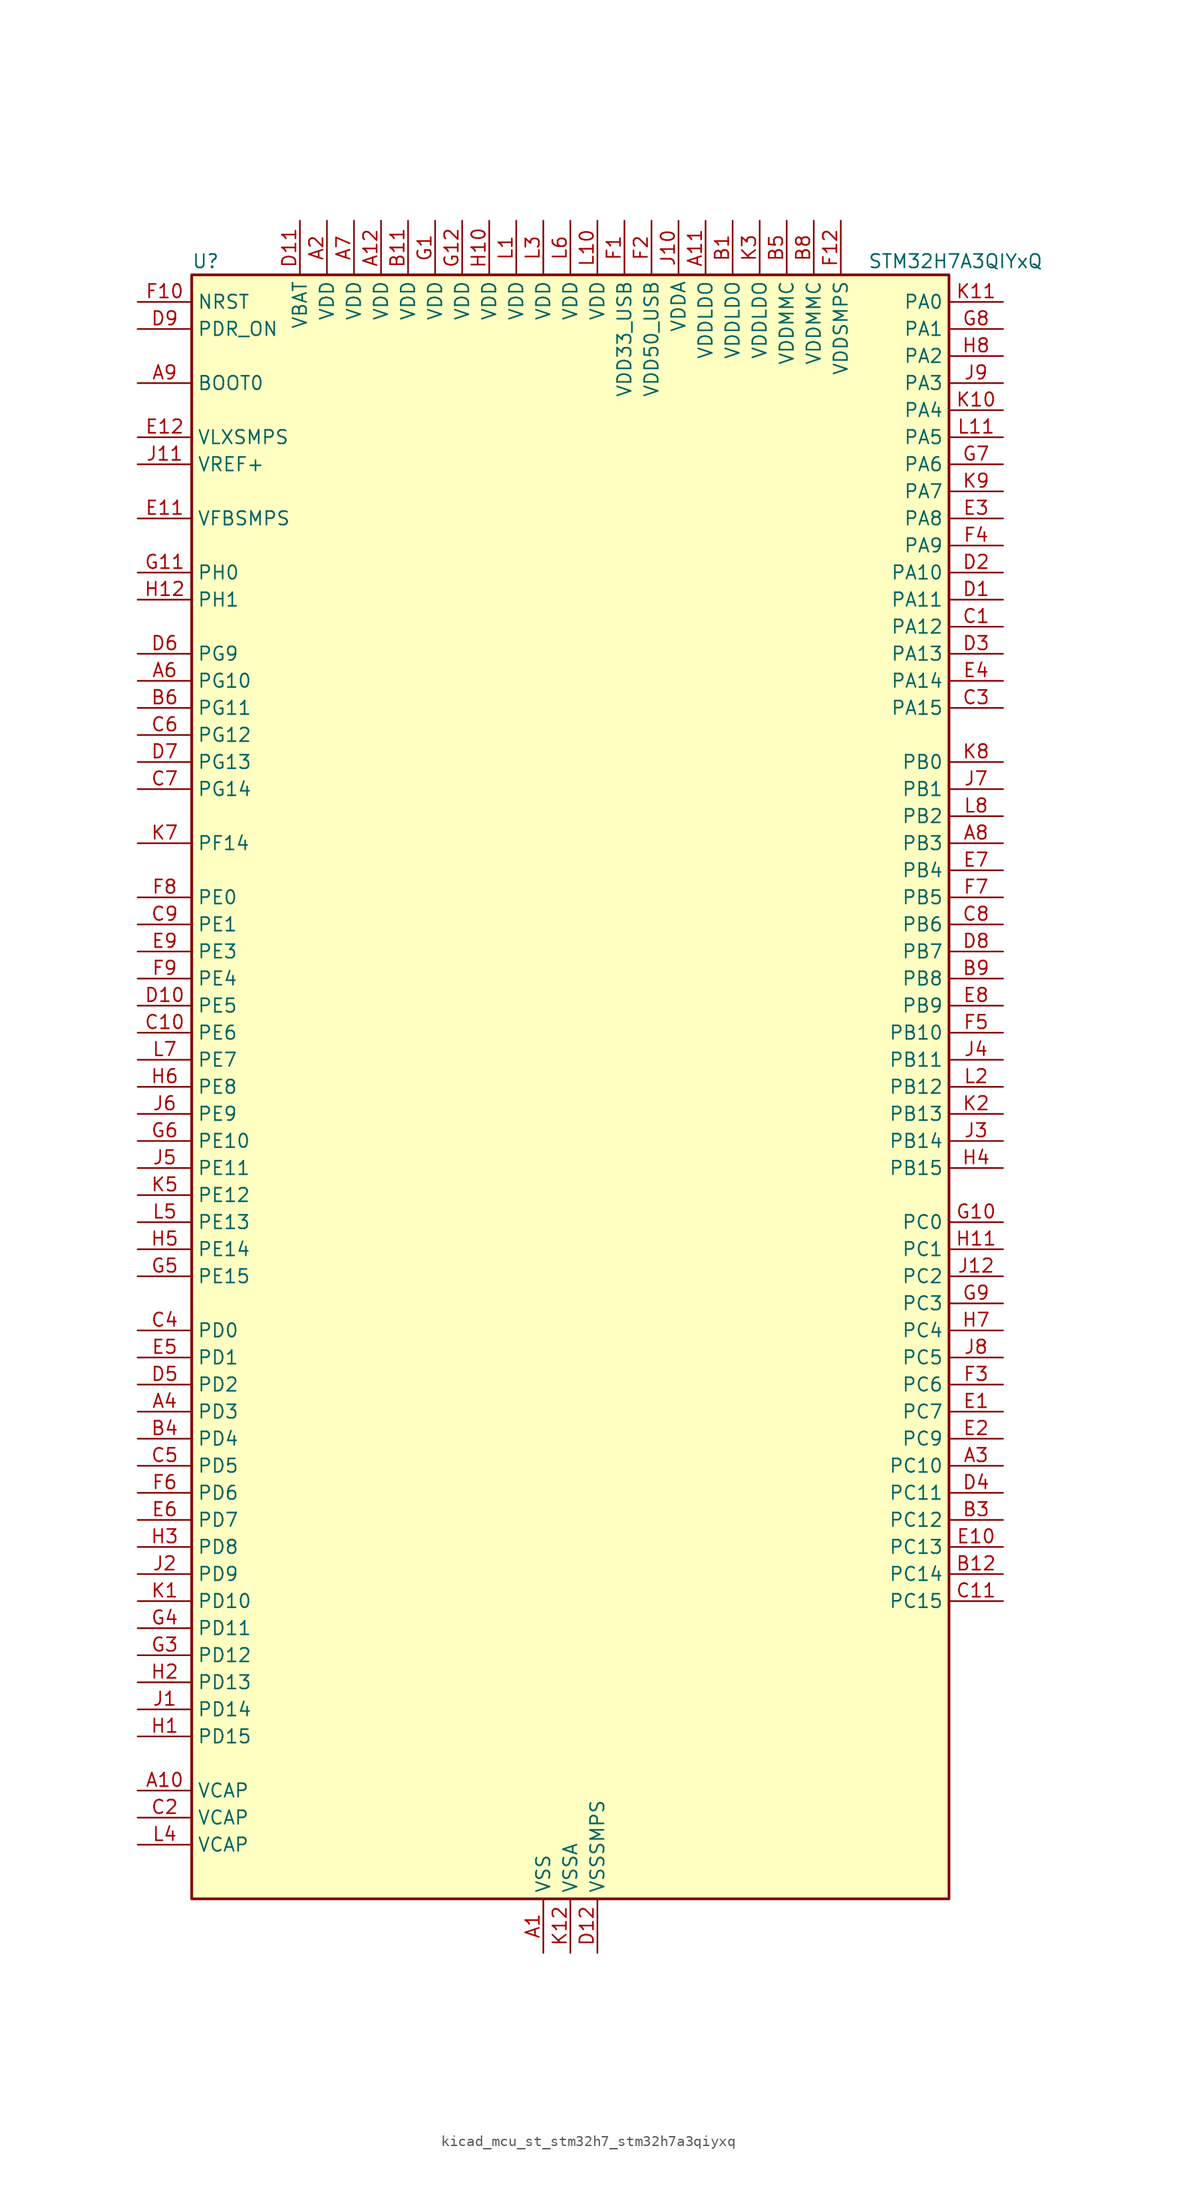
<source format=kicad_sym>
(kicad_symbol_lib
  (version 20220914)
  (generator kicad_symbol_editor)
  (symbol "kicad_mcu_st_stm32h7_stm32h7a3qiyxq"
    (property "Reference" "U"
      (at -35.56 77.47 0)
      (effects (font (size 1.27 1.27)) (justify left)))
    (property "Value" "STM32H7A3QIYxQ"
      (at 27.94 77.47 0)
      (effects (font (size 1.27 1.27)) (justify left)))
    (property "ki_locked" ""
      (at 0 0 0)
      (effects (font (size 1.27 1.27))))
    (symbol "kicad_mcu_st_stm32h7_stm32h7a3qiyxq_0_1"
      (rectangle (start -35.56 -76.2) (end 35.56 76.2) (stroke (width 0.254) (type default)) (fill (type background))))
    (symbol "kicad_mcu_st_stm32h7_stm32h7a3qiyxq_1_1"
      (pin power_in line (at -2.54 -81.28 90) (length 5.08) (name "VSS" (effects (font (size 1.27 1.27)))) (number "A1" (effects (font (size 1.27 1.27)))))
      (pin power_out line (at -40.64 -66.04 0) (length 5.08) (name "VCAP" (effects (font (size 1.27 1.27)))) (number "A10" (effects (font (size 1.27 1.27)))))
      (pin power_in line (at 12.7 81.28 270) (length 5.08) (name "VDDLDO" (effects (font (size 1.27 1.27)))) (number "A11" (effects (font (size 1.27 1.27)))))
      (pin power_in line (at -17.78 81.28 270) (length 5.08) (name "VDD" (effects (font (size 1.27 1.27)))) (number "A12" (effects (font (size 1.27 1.27)))))
      (pin power_in line (at -22.86 81.28 270) (length 5.08) (name "VDD" (effects (font (size 1.27 1.27)))) (number "A2" (effects (font (size 1.27 1.27)))))
      (pin bidirectional line (at 40.64 -35.56 180) (length 5.08) (name "PC10" (effects (font (size 1.27 1.27)))) (number "A3" (effects (font (size 1.27 1.27)))) (alternate "DCMI_D8" bidirectional line) (alternate "DFSDM1_CKIN5" bidirectional line) (alternate "DFSDM2_CKIN0" bidirectional line) (alternate "I2S3_CK" bidirectional line) (alternate "LTDC_B1" bidirectional line) (alternate "LTDC_R2" bidirectional line) (alternate "OCTOSPIM_P1_IO1" bidirectional line) (alternate "PSSI_D8" bidirectional line) (alternate "SDMMC1_D2" bidirectional line) (alternate "SPI3_SCK" bidirectional line) (alternate "SWPMI1_RX" bidirectional line) (alternate "UART4_TX" bidirectional line) (alternate "USART3_TX" bidirectional line))
      (pin bidirectional line (at -40.64 -30.48 0) (length 5.08) (name "PD3" (effects (font (size 1.27 1.27)))) (number "A4" (effects (font (size 1.27 1.27)))) (alternate "DCMI_D5" bidirectional line) (alternate "DFSDM1_CKOUT" bidirectional line) (alternate "FMC_CLK" bidirectional line) (alternate "I2S2_CK" bidirectional line) (alternate "LTDC_G7" bidirectional line) (alternate "PSSI_D5" bidirectional line) (alternate "SPI2_SCK" bidirectional line) (alternate "USART2_CTS" bidirectional line) (alternate "USART2_NSS" bidirectional line))
      (pin passive line (at -2.54 -81.28 90) (length 5.08) hide (name "VSS" (effects (font (size 1.27 1.27)))) (number "A5" (effects (font (size 1.27 1.27)))))
      (pin bidirectional line (at -40.64 38.1 0) (length 5.08) (name "PG10" (effects (font (size 1.27 1.27)))) (number "A6" (effects (font (size 1.27 1.27)))) (alternate "DCMI_D2" bidirectional line) (alternate "FMC_NE3" bidirectional line) (alternate "I2S1_WS" bidirectional line) (alternate "LTDC_B2" bidirectional line) (alternate "LTDC_G3" bidirectional line) (alternate "OCTOSPIM_P2_IO6" bidirectional line) (alternate "PSSI_D2" bidirectional line) (alternate "SAI2_SD_B" bidirectional line) (alternate "SDMMC2_D1" bidirectional line) (alternate "SPI1_NSS" bidirectional line))
      (pin power_in line (at -20.32 81.28 270) (length 5.08) (name "VDD" (effects (font (size 1.27 1.27)))) (number "A7" (effects (font (size 1.27 1.27)))))
      (pin bidirectional line (at 40.64 22.86 180) (length 5.08) (name "PB3" (effects (font (size 1.27 1.27)))) (number "A8" (effects (font (size 1.27 1.27)))) (alternate "CRS_SYNC" bidirectional line) (alternate "DEBUG_JTDO-SWO" bidirectional line) (alternate "I2S1_CK" bidirectional line) (alternate "I2S3_CK" bidirectional line) (alternate "I2S6_CK" bidirectional line) (alternate "SDMMC2_D2" bidirectional line) (alternate "SPI1_SCK" bidirectional line) (alternate "SPI3_SCK" bidirectional line) (alternate "SPI6_SCK" bidirectional line) (alternate "TIM2_CH2" bidirectional line) (alternate "UART7_RX" bidirectional line))
      (pin input line (at -40.64 66.04 0) (length 5.08) (name "BOOT0" (effects (font (size 1.27 1.27)))) (number "A9" (effects (font (size 1.27 1.27)))))
      (pin power_in line (at 15.24 81.28 270) (length 5.08) (name "VDDLDO" (effects (font (size 1.27 1.27)))) (number "B1" (effects (font (size 1.27 1.27)))))
      (pin passive line (at -2.54 -81.28 90) (length 5.08) hide (name "VSS" (effects (font (size 1.27 1.27)))) (number "B10" (effects (font (size 1.27 1.27)))))
      (pin power_in line (at -15.24 81.28 270) (length 5.08) (name "VDD" (effects (font (size 1.27 1.27)))) (number "B11" (effects (font (size 1.27 1.27)))))
      (pin bidirectional line (at 40.64 -45.72 180) (length 5.08) (name "PC14" (effects (font (size 1.27 1.27)))) (number "B12" (effects (font (size 1.27 1.27)))) (alternate "RCC_OSC32_IN" bidirectional line))
      (pin passive line (at -2.54 -81.28 90) (length 5.08) hide (name "VSS" (effects (font (size 1.27 1.27)))) (number "B2" (effects (font (size 1.27 1.27)))))
      (pin bidirectional line (at 40.64 -40.64 180) (length 5.08) (name "PC12" (effects (font (size 1.27 1.27)))) (number "B3" (effects (font (size 1.27 1.27)))) (alternate "DCMI_D9" bidirectional line) (alternate "DEBUG_TRACED3" bidirectional line) (alternate "DFSDM2_CKOUT" bidirectional line) (alternate "I2S3_SDO" bidirectional line) (alternate "I2S6_CK" bidirectional line) (alternate "LTDC_R6" bidirectional line) (alternate "PSSI_D9" bidirectional line) (alternate "SDMMC1_CK" bidirectional line) (alternate "SPI3_MOSI" bidirectional line) (alternate "SPI6_SCK" bidirectional line) (alternate "TIM15_CH1" bidirectional line) (alternate "UART5_TX" bidirectional line) (alternate "USART3_CK" bidirectional line))
      (pin bidirectional line (at -40.64 -33.02 0) (length 5.08) (name "PD4" (effects (font (size 1.27 1.27)))) (number "B4" (effects (font (size 1.27 1.27)))) (alternate "FMC_NOE" bidirectional line) (alternate "OCTOSPIM_P1_IO4" bidirectional line) (alternate "USART2_DE" bidirectional line) (alternate "USART2_RTS" bidirectional line))
      (pin power_in line (at 20.32 81.28 270) (length 5.08) (name "VDDMMC" (effects (font (size 1.27 1.27)))) (number "B5" (effects (font (size 1.27 1.27)))))
      (pin bidirectional line (at -40.64 35.56 0) (length 5.08) (name "PG11" (effects (font (size 1.27 1.27)))) (number "B6" (effects (font (size 1.27 1.27)))) (alternate "ADC1_EXTI11" bidirectional line) (alternate "ADC2_EXTI11" bidirectional line) (alternate "DCMI_D3" bidirectional line) (alternate "I2S1_CK" bidirectional line) (alternate "LPTIM1_IN2" bidirectional line) (alternate "LTDC_B3" bidirectional line) (alternate "OCTOSPIM_P2_IO7" bidirectional line) (alternate "PSSI_D3" bidirectional line) (alternate "SDMMC2_D2" bidirectional line) (alternate "SPDIFRX_IN0" bidirectional line) (alternate "SPI1_SCK" bidirectional line) (alternate "USART10_RX" bidirectional line))
      (pin passive line (at -2.54 -81.28 90) (length 5.08) hide (name "VSS" (effects (font (size 1.27 1.27)))) (number "B7" (effects (font (size 1.27 1.27)))))
      (pin power_in line (at 22.86 81.28 270) (length 5.08) (name "VDDMMC" (effects (font (size 1.27 1.27)))) (number "B8" (effects (font (size 1.27 1.27)))))
      (pin bidirectional line (at 40.64 10.16 180) (length 5.08) (name "PB8" (effects (font (size 1.27 1.27)))) (number "B9" (effects (font (size 1.27 1.27)))) (alternate "DCMI_D6" bidirectional line) (alternate "DFSDM1_CKIN7" bidirectional line) (alternate "FDCAN1_RX" bidirectional line) (alternate "I2C1_SCL" bidirectional line) (alternate "I2C4_SCL" bidirectional line) (alternate "LTDC_B6" bidirectional line) (alternate "PSSI_D6" bidirectional line) (alternate "SDMMC1_CKIN" bidirectional line) (alternate "SDMMC1_D4" bidirectional line) (alternate "SDMMC2_D4" bidirectional line) (alternate "TIM16_CH1" bidirectional line) (alternate "TIM4_CH3" bidirectional line) (alternate "UART4_RX" bidirectional line))
      (pin bidirectional line (at 40.64 43.18 180) (length 5.08) (name "PA12" (effects (font (size 1.27 1.27)))) (number "C1" (effects (font (size 1.27 1.27)))) (alternate "FDCAN1_TX" bidirectional line) (alternate "I2S2_CK" bidirectional line) (alternate "LPUART1_DE" bidirectional line) (alternate "LPUART1_RTS" bidirectional line) (alternate "LTDC_R5" bidirectional line) (alternate "SAI2_FS_B" bidirectional line) (alternate "SPI2_SCK" bidirectional line) (alternate "TIM1_ETR" bidirectional line) (alternate "UART4_TX" bidirectional line) (alternate "USART1_DE" bidirectional line) (alternate "USART1_RTS" bidirectional line) (alternate "USB_OTG_HS_DP" bidirectional line))
      (pin bidirectional line (at -40.64 5.08 0) (length 5.08) (name "PE6" (effects (font (size 1.27 1.27)))) (number "C10" (effects (font (size 1.27 1.27)))) (alternate "DCMI_D7" bidirectional line) (alternate "DEBUG_TRACED3" bidirectional line) (alternate "FMC_A22" bidirectional line) (alternate "LTDC_G1" bidirectional line) (alternate "PSSI_D7" bidirectional line) (alternate "SAI1_D1" bidirectional line) (alternate "SAI1_SD_A" bidirectional line) (alternate "SAI2_MCLK_B" bidirectional line) (alternate "SPI4_MOSI" bidirectional line) (alternate "TIM15_CH2" bidirectional line) (alternate "TIM1_BKIN2" bidirectional line) (alternate "TIM1_BKIN2_COMP1" bidirectional line) (alternate "TIM1_BKIN2_COMP2" bidirectional line))
      (pin bidirectional line (at 40.64 -48.26 180) (length 5.08) (name "PC15" (effects (font (size 1.27 1.27)))) (number "C11" (effects (font (size 1.27 1.27)))) (alternate "ADC1_EXTI15" bidirectional line) (alternate "ADC2_EXTI15" bidirectional line) (alternate "RCC_OSC32_OUT" bidirectional line))
      (pin passive line (at -2.54 -81.28 90) (length 5.08) hide (name "VSS" (effects (font (size 1.27 1.27)))) (number "C12" (effects (font (size 1.27 1.27)))))
      (pin power_out line (at -40.64 -68.58 0) (length 5.08) (name "VCAP" (effects (font (size 1.27 1.27)))) (number "C2" (effects (font (size 1.27 1.27)))))
      (pin bidirectional line (at 40.64 35.56 180) (length 5.08) (name "PA15" (effects (font (size 1.27 1.27)))) (number "C3" (effects (font (size 1.27 1.27)))) (alternate "ADC1_EXTI15" bidirectional line) (alternate "ADC2_EXTI15" bidirectional line) (alternate "CEC" bidirectional line) (alternate "DEBUG_JTDI" bidirectional line) (alternate "I2S1_WS" bidirectional line) (alternate "I2S3_WS" bidirectional line) (alternate "I2S6_WS" bidirectional line) (alternate "LTDC_B6" bidirectional line) (alternate "LTDC_R3" bidirectional line) (alternate "SPI1_NSS" bidirectional line) (alternate "SPI3_NSS" bidirectional line) (alternate "SPI6_NSS" bidirectional line) (alternate "TIM2_CH1" bidirectional line) (alternate "TIM2_ETR" bidirectional line) (alternate "UART4_DE" bidirectional line) (alternate "UART4_RTS" bidirectional line) (alternate "UART7_TX" bidirectional line))
      (pin bidirectional line (at -40.64 -22.86 0) (length 5.08) (name "PD0" (effects (font (size 1.27 1.27)))) (number "C4" (effects (font (size 1.27 1.27)))) (alternate "DFSDM1_CKIN6" bidirectional line) (alternate "FDCAN1_RX" bidirectional line) (alternate "FMC_D2" bidirectional line) (alternate "FMC_DA2" bidirectional line) (alternate "LTDC_B1" bidirectional line) (alternate "UART4_RX" bidirectional line) (alternate "UART9_CTS" bidirectional line))
      (pin bidirectional line (at -40.64 -35.56 0) (length 5.08) (name "PD5" (effects (font (size 1.27 1.27)))) (number "C5" (effects (font (size 1.27 1.27)))) (alternate "FMC_NWE" bidirectional line) (alternate "OCTOSPIM_P1_IO5" bidirectional line) (alternate "USART2_TX" bidirectional line))
      (pin bidirectional line (at -40.64 33.02 0) (length 5.08) (name "PG12" (effects (font (size 1.27 1.27)))) (number "C6" (effects (font (size 1.27 1.27)))) (alternate "FMC_NE4" bidirectional line) (alternate "I2S6_SDI" bidirectional line) (alternate "LPTIM1_IN1" bidirectional line) (alternate "LTDC_B1" bidirectional line) (alternate "LTDC_B4" bidirectional line) (alternate "OCTOSPIM_P2_NCS" bidirectional line) (alternate "SDMMC2_D3" bidirectional line) (alternate "SPDIFRX_IN1" bidirectional line) (alternate "SPI6_MISO" bidirectional line) (alternate "USART10_TX" bidirectional line) (alternate "USART6_DE" bidirectional line) (alternate "USART6_RTS" bidirectional line))
      (pin bidirectional line (at -40.64 27.94 0) (length 5.08) (name "PG14" (effects (font (size 1.27 1.27)))) (number "C7" (effects (font (size 1.27 1.27)))) (alternate "DEBUG_TRACED1" bidirectional line) (alternate "FMC_A25" bidirectional line) (alternate "I2S6_SDO" bidirectional line) (alternate "LPTIM1_ETR" bidirectional line) (alternate "LTDC_B0" bidirectional line) (alternate "OCTOSPIM_P1_IO7" bidirectional line) (alternate "SDMMC2_D7" bidirectional line) (alternate "SPI6_MOSI" bidirectional line) (alternate "USART10_DE" bidirectional line) (alternate "USART10_RTS" bidirectional line) (alternate "USART6_TX" bidirectional line))
      (pin bidirectional line (at 40.64 15.24 180) (length 5.08) (name "PB6" (effects (font (size 1.27 1.27)))) (number "C8" (effects (font (size 1.27 1.27)))) (alternate "CEC" bidirectional line) (alternate "DCMI_D5" bidirectional line) (alternate "DFSDM1_DATIN5" bidirectional line) (alternate "FDCAN2_TX" bidirectional line) (alternate "FMC_SDNE1" bidirectional line) (alternate "I2C1_SCL" bidirectional line) (alternate "I2C4_SCL" bidirectional line) (alternate "LPUART1_TX" bidirectional line) (alternate "OCTOSPIM_P1_NCS" bidirectional line) (alternate "PSSI_D5" bidirectional line) (alternate "TIM16_CH1N" bidirectional line) (alternate "TIM4_CH1" bidirectional line) (alternate "UART5_TX" bidirectional line) (alternate "USART1_TX" bidirectional line))
      (pin bidirectional line (at -40.64 15.24 0) (length 5.08) (name "PE1" (effects (font (size 1.27 1.27)))) (number "C9" (effects (font (size 1.27 1.27)))) (alternate "DCMI_D3" bidirectional line) (alternate "FMC_NBL1" bidirectional line) (alternate "LPTIM1_IN2" bidirectional line) (alternate "LTDC_R6" bidirectional line) (alternate "PSSI_D3" bidirectional line) (alternate "UART8_TX" bidirectional line))
      (pin bidirectional line (at 40.64 45.72 180) (length 5.08) (name "PA11" (effects (font (size 1.27 1.27)))) (number "D1" (effects (font (size 1.27 1.27)))) (alternate "ADC1_EXTI11" bidirectional line) (alternate "ADC2_EXTI11" bidirectional line) (alternate "FDCAN1_RX" bidirectional line) (alternate "I2S2_WS" bidirectional line) (alternate "LPUART1_CTS" bidirectional line) (alternate "LTDC_R4" bidirectional line) (alternate "SPI2_NSS" bidirectional line) (alternate "TIM1_CH4" bidirectional line) (alternate "UART4_RX" bidirectional line) (alternate "USART1_CTS" bidirectional line) (alternate "USART1_NSS" bidirectional line) (alternate "USB_OTG_HS_DM" bidirectional line))
      (pin bidirectional line (at -40.64 7.62 0) (length 5.08) (name "PE5" (effects (font (size 1.27 1.27)))) (number "D10" (effects (font (size 1.27 1.27)))) (alternate "DCMI_D6" bidirectional line) (alternate "DEBUG_TRACED2" bidirectional line) (alternate "DFSDM1_CKIN3" bidirectional line) (alternate "FMC_A21" bidirectional line) (alternate "LTDC_G0" bidirectional line) (alternate "PSSI_D6" bidirectional line) (alternate "SAI1_CK2" bidirectional line) (alternate "SAI1_SCK_A" bidirectional line) (alternate "SPI4_MISO" bidirectional line) (alternate "TIM15_CH1" bidirectional line))
      (pin power_in line (at -25.4 81.28 270) (length 5.08) (name "VBAT" (effects (font (size 1.27 1.27)))) (number "D11" (effects (font (size 1.27 1.27)))))
      (pin power_in line (at 2.54 -81.28 90) (length 5.08) (name "VSSSMPS" (effects (font (size 1.27 1.27)))) (number "D12" (effects (font (size 1.27 1.27)))))
      (pin bidirectional line (at 40.64 48.26 180) (length 5.08) (name "PA10" (effects (font (size 1.27 1.27)))) (number "D2" (effects (font (size 1.27 1.27)))) (alternate "DCMI_D1" bidirectional line) (alternate "LPUART1_RX" bidirectional line) (alternate "LTDC_B1" bidirectional line) (alternate "LTDC_B4" bidirectional line) (alternate "MDIOS_MDIO" bidirectional line) (alternate "PSSI_D1" bidirectional line) (alternate "TIM1_CH3" bidirectional line) (alternate "USART1_RX" bidirectional line) (alternate "USB_OTG_HS_ID" bidirectional line))
      (pin bidirectional line (at 40.64 40.64 180) (length 5.08) (name "PA13" (effects (font (size 1.27 1.27)))) (number "D3" (effects (font (size 1.27 1.27)))) (alternate "DEBUG_JTMS-SWDIO" bidirectional line))
      (pin bidirectional line (at 40.64 -38.1 180) (length 5.08) (name "PC11" (effects (font (size 1.27 1.27)))) (number "D4" (effects (font (size 1.27 1.27)))) (alternate "ADC1_EXTI11" bidirectional line) (alternate "ADC2_EXTI11" bidirectional line) (alternate "DCMI_D4" bidirectional line) (alternate "DFSDM1_DATIN5" bidirectional line) (alternate "DFSDM2_DATIN0" bidirectional line) (alternate "I2S3_SDI" bidirectional line) (alternate "LTDC_B4" bidirectional line) (alternate "OCTOSPIM_P1_NCS" bidirectional line) (alternate "PSSI_D4" bidirectional line) (alternate "SDMMC1_D3" bidirectional line) (alternate "SPI3_MISO" bidirectional line) (alternate "UART4_RX" bidirectional line) (alternate "USART3_RX" bidirectional line))
      (pin bidirectional line (at -40.64 -27.94 0) (length 5.08) (name "PD2" (effects (font (size 1.27 1.27)))) (number "D5" (effects (font (size 1.27 1.27)))) (alternate "DCMI_D11" bidirectional line) (alternate "DEBUG_TRACED2" bidirectional line) (alternate "LTDC_B2" bidirectional line) (alternate "LTDC_B7" bidirectional line) (alternate "PSSI_D11" bidirectional line) (alternate "SDMMC1_CMD" bidirectional line) (alternate "TIM15_BKIN" bidirectional line) (alternate "TIM3_ETR" bidirectional line) (alternate "UART5_RX" bidirectional line))
      (pin bidirectional line (at -40.64 40.64 0) (length 5.08) (name "PG9" (effects (font (size 1.27 1.27)))) (number "D6" (effects (font (size 1.27 1.27)))) (alternate "DAC1_EXTI9" bidirectional line) (alternate "DCMI_VSYNC" bidirectional line) (alternate "FMC_NCE" bidirectional line) (alternate "FMC_NE2" bidirectional line) (alternate "I2S1_SDI" bidirectional line) (alternate "OCTOSPIM_P1_IO6" bidirectional line) (alternate "PSSI_RDY" bidirectional line) (alternate "SAI2_FS_B" bidirectional line) (alternate "SDMMC2_D0" bidirectional line) (alternate "SPDIFRX_IN3" bidirectional line) (alternate "SPI1_MISO" bidirectional line) (alternate "USART6_RX" bidirectional line))
      (pin bidirectional line (at -40.64 30.48 0) (length 5.08) (name "PG13" (effects (font (size 1.27 1.27)))) (number "D7" (effects (font (size 1.27 1.27)))) (alternate "DEBUG_TRACED0" bidirectional line) (alternate "FMC_A24" bidirectional line) (alternate "I2S6_CK" bidirectional line) (alternate "LPTIM1_OUT" bidirectional line) (alternate "LTDC_R0" bidirectional line) (alternate "SDMMC2_D6" bidirectional line) (alternate "SPI6_SCK" bidirectional line) (alternate "USART10_CTS" bidirectional line) (alternate "USART10_NSS" bidirectional line) (alternate "USART6_CTS" bidirectional line) (alternate "USART6_NSS" bidirectional line))
      (pin bidirectional line (at 40.64 12.7 180) (length 5.08) (name "PB7" (effects (font (size 1.27 1.27)))) (number "D8" (effects (font (size 1.27 1.27)))) (alternate "DCMI_VSYNC" bidirectional line) (alternate "DFSDM1_CKIN5" bidirectional line) (alternate "FMC_NL" bidirectional line) (alternate "I2C1_SDA" bidirectional line) (alternate "I2C4_SDA" bidirectional line) (alternate "LPUART1_RX" bidirectional line) (alternate "PSSI_RDY" bidirectional line) (alternate "PWR_PVD_IN" bidirectional line) (alternate "TIM17_CH1N" bidirectional line) (alternate "TIM4_CH2" bidirectional line) (alternate "USART1_RX" bidirectional line))
      (pin input line (at -40.64 71.12 0) (length 5.08) (name "PDR_ON" (effects (font (size 1.27 1.27)))) (number "D9" (effects (font (size 1.27 1.27)))))
      (pin bidirectional line (at 40.64 -30.48 180) (length 5.08) (name "PC7" (effects (font (size 1.27 1.27)))) (number "E1" (effects (font (size 1.27 1.27)))) (alternate "DCMI_D1" bidirectional line) (alternate "DEBUG_TRGIO" bidirectional line) (alternate "DFSDM1_DATIN3" bidirectional line) (alternate "FMC_NE1" bidirectional line) (alternate "I2S3_MCK" bidirectional line) (alternate "LTDC_G6" bidirectional line) (alternate "PSSI_D1" bidirectional line) (alternate "SDMMC1_D123DIR" bidirectional line) (alternate "SDMMC1_D7" bidirectional line) (alternate "SDMMC2_D7" bidirectional line) (alternate "SWPMI1_TX" bidirectional line) (alternate "TIM3_CH2" bidirectional line) (alternate "TIM8_CH2" bidirectional line) (alternate "USART6_RX" bidirectional line))
      (pin bidirectional line (at 40.64 -43.18 180) (length 5.08) (name "PC13" (effects (font (size 1.27 1.27)))) (number "E10" (effects (font (size 1.27 1.27)))) (alternate "PWR_WKUP4" bidirectional line) (alternate "RTC_OUT_ALARM" bidirectional line) (alternate "RTC_OUT_CALIB" bidirectional line) (alternate "RTC_TAMP1" bidirectional line) (alternate "RTC_TS" bidirectional line))
      (pin input line (at -40.64 53.34 0) (length 5.08) (name "VFBSMPS" (effects (font (size 1.27 1.27)))) (number "E11" (effects (font (size 1.27 1.27)))))
      (pin power_in line (at -40.64 60.96 0) (length 5.08) (name "VLXSMPS" (effects (font (size 1.27 1.27)))) (number "E12" (effects (font (size 1.27 1.27)))))
      (pin bidirectional line (at 40.64 -33.02 180) (length 5.08) (name "PC9" (effects (font (size 1.27 1.27)))) (number "E2" (effects (font (size 1.27 1.27)))) (alternate "DAC1_EXTI9" bidirectional line) (alternate "DCMI_D3" bidirectional line) (alternate "I2C3_SDA" bidirectional line) (alternate "I2S_CKIN" bidirectional line) (alternate "LTDC_B2" bidirectional line) (alternate "LTDC_G3" bidirectional line) (alternate "OCTOSPIM_P1_IO0" bidirectional line) (alternate "PSSI_D3" bidirectional line) (alternate "RCC_MCO_2" bidirectional line) (alternate "SDMMC1_D1" bidirectional line) (alternate "SWPMI1_SUSPEND" bidirectional line) (alternate "TIM3_CH4" bidirectional line) (alternate "TIM8_CH4" bidirectional line) (alternate "UART5_CTS" bidirectional line))
      (pin bidirectional line (at 40.64 53.34 180) (length 5.08) (name "PA8" (effects (font (size 1.27 1.27)))) (number "E3" (effects (font (size 1.27 1.27)))) (alternate "I2C3_SCL" bidirectional line) (alternate "LTDC_B3" bidirectional line) (alternate "LTDC_R6" bidirectional line) (alternate "RCC_MCO_1" bidirectional line) (alternate "TIM1_CH1" bidirectional line) (alternate "TIM8_BKIN2" bidirectional line) (alternate "TIM8_BKIN2_COMP1" bidirectional line) (alternate "TIM8_BKIN2_COMP2" bidirectional line) (alternate "UART7_RX" bidirectional line) (alternate "USART1_CK" bidirectional line) (alternate "USB_OTG_HS_SOF" bidirectional line))
      (pin bidirectional line (at 40.64 38.1 180) (length 5.08) (name "PA14" (effects (font (size 1.27 1.27)))) (number "E4" (effects (font (size 1.27 1.27)))) (alternate "DEBUG_JTCK-SWCLK" bidirectional line))
      (pin bidirectional line (at -40.64 -25.4 0) (length 5.08) (name "PD1" (effects (font (size 1.27 1.27)))) (number "E5" (effects (font (size 1.27 1.27)))) (alternate "DFSDM1_DATIN6" bidirectional line) (alternate "FDCAN1_TX" bidirectional line) (alternate "FMC_D3" bidirectional line) (alternate "FMC_DA3" bidirectional line) (alternate "UART4_TX" bidirectional line))
      (pin bidirectional line (at -40.64 -40.64 0) (length 5.08) (name "PD7" (effects (font (size 1.27 1.27)))) (number "E6" (effects (font (size 1.27 1.27)))) (alternate "DFSDM1_CKIN1" bidirectional line) (alternate "DFSDM1_DATIN4" bidirectional line) (alternate "FMC_NE1" bidirectional line) (alternate "I2S1_SDO" bidirectional line) (alternate "OCTOSPIM_P1_IO7" bidirectional line) (alternate "SDMMC2_CMD" bidirectional line) (alternate "SPDIFRX_IN0" bidirectional line) (alternate "SPI1_MOSI" bidirectional line) (alternate "USART2_CK" bidirectional line))
      (pin bidirectional line (at 40.64 20.32 180) (length 5.08) (name "PB4" (effects (font (size 1.27 1.27)))) (number "E7" (effects (font (size 1.27 1.27)))) (alternate "DEBUG_JTRST" bidirectional line) (alternate "I2S1_SDI" bidirectional line) (alternate "I2S2_WS" bidirectional line) (alternate "I2S3_SDI" bidirectional line) (alternate "I2S6_SDI" bidirectional line) (alternate "SDMMC2_D3" bidirectional line) (alternate "SPI1_MISO" bidirectional line) (alternate "SPI2_NSS" bidirectional line) (alternate "SPI3_MISO" bidirectional line) (alternate "SPI6_MISO" bidirectional line) (alternate "TIM16_BKIN" bidirectional line) (alternate "TIM3_CH1" bidirectional line) (alternate "UART7_TX" bidirectional line))
      (pin bidirectional line (at 40.64 7.62 180) (length 5.08) (name "PB9" (effects (font (size 1.27 1.27)))) (number "E8" (effects (font (size 1.27 1.27)))) (alternate "DAC1_EXTI9" bidirectional line) (alternate "DCMI_D7" bidirectional line) (alternate "DFSDM1_DATIN7" bidirectional line) (alternate "FDCAN1_TX" bidirectional line) (alternate "I2C1_SDA" bidirectional line) (alternate "I2C4_SDA" bidirectional line) (alternate "I2C4_SMBA" bidirectional line) (alternate "I2S2_WS" bidirectional line) (alternate "LTDC_B7" bidirectional line) (alternate "PSSI_D7" bidirectional line) (alternate "SDMMC1_CDIR" bidirectional line) (alternate "SDMMC1_D5" bidirectional line) (alternate "SDMMC2_D5" bidirectional line) (alternate "SPI2_NSS" bidirectional line) (alternate "TIM17_CH1" bidirectional line) (alternate "TIM4_CH4" bidirectional line) (alternate "UART4_TX" bidirectional line))
      (pin bidirectional line (at -40.64 12.7 0) (length 5.08) (name "PE3" (effects (font (size 1.27 1.27)))) (number "E9" (effects (font (size 1.27 1.27)))) (alternate "DEBUG_TRACED0" bidirectional line) (alternate "FMC_A19" bidirectional line) (alternate "SAI1_SD_B" bidirectional line) (alternate "TIM15_BKIN" bidirectional line) (alternate "USART10_TX" bidirectional line))
      (pin power_in line (at 5.08 81.28 270) (length 5.08) (name "VDD33_USB" (effects (font (size 1.27 1.27)))) (number "F1" (effects (font (size 1.27 1.27)))))
      (pin input line (at -40.64 73.66 0) (length 5.08) (name "NRST" (effects (font (size 1.27 1.27)))) (number "F10" (effects (font (size 1.27 1.27)))))
      (pin passive line (at -2.54 -81.28 90) (length 5.08) hide (name "VSS" (effects (font (size 1.27 1.27)))) (number "F11" (effects (font (size 1.27 1.27)))))
      (pin power_in line (at 25.4 81.28 270) (length 5.08) (name "VDDSMPS" (effects (font (size 1.27 1.27)))) (number "F12" (effects (font (size 1.27 1.27)))))
      (pin power_in line (at 7.62 81.28 270) (length 5.08) (name "VDD50_USB" (effects (font (size 1.27 1.27)))) (number "F2" (effects (font (size 1.27 1.27)))))
      (pin bidirectional line (at 40.64 -27.94 180) (length 5.08) (name "PC6" (effects (font (size 1.27 1.27)))) (number "F3" (effects (font (size 1.27 1.27)))) (alternate "DCMI_D0" bidirectional line) (alternate "DFSDM1_CKIN3" bidirectional line) (alternate "FMC_NWAIT" bidirectional line) (alternate "I2S2_MCK" bidirectional line) (alternate "LTDC_HSYNC" bidirectional line) (alternate "PSSI_D0" bidirectional line) (alternate "SDMMC1_D0DIR" bidirectional line) (alternate "SDMMC1_D6" bidirectional line) (alternate "SDMMC2_D6" bidirectional line) (alternate "SWPMI1_IO" bidirectional line) (alternate "TIM3_CH1" bidirectional line) (alternate "TIM8_CH1" bidirectional line) (alternate "USART6_TX" bidirectional line))
      (pin bidirectional line (at 40.64 50.8 180) (length 5.08) (name "PA9" (effects (font (size 1.27 1.27)))) (number "F4" (effects (font (size 1.27 1.27)))) (alternate "DAC1_EXTI9" bidirectional line) (alternate "DCMI_D0" bidirectional line) (alternate "I2C3_SMBA" bidirectional line) (alternate "I2S2_CK" bidirectional line) (alternate "LPUART1_TX" bidirectional line) (alternate "LTDC_R5" bidirectional line) (alternate "PSSI_D0" bidirectional line) (alternate "SPI2_SCK" bidirectional line) (alternate "TIM1_CH2" bidirectional line) (alternate "USART1_TX" bidirectional line) (alternate "USB_OTG_HS_VBUS" bidirectional line))
      (pin bidirectional line (at 40.64 5.08 180) (length 5.08) (name "PB10" (effects (font (size 1.27 1.27)))) (number "F5" (effects (font (size 1.27 1.27)))) (alternate "DFSDM1_DATIN7" bidirectional line) (alternate "I2C2_SCL" bidirectional line) (alternate "I2S2_CK" bidirectional line) (alternate "LPTIM2_IN1" bidirectional line) (alternate "LTDC_G4" bidirectional line) (alternate "OCTOSPIM_P1_NCS" bidirectional line) (alternate "SPI2_SCK" bidirectional line) (alternate "TIM2_CH3" bidirectional line) (alternate "USART3_TX" bidirectional line) (alternate "USB_OTG_HS_ULPI_D3" bidirectional line))
      (pin bidirectional line (at -40.64 -38.1 0) (length 5.08) (name "PD6" (effects (font (size 1.27 1.27)))) (number "F6" (effects (font (size 1.27 1.27)))) (alternate "DCMI_D10" bidirectional line) (alternate "DFSDM1_CKIN4" bidirectional line) (alternate "DFSDM1_DATIN1" bidirectional line) (alternate "FMC_NWAIT" bidirectional line) (alternate "I2S3_SDO" bidirectional line) (alternate "LTDC_B2" bidirectional line) (alternate "OCTOSPIM_P1_IO6" bidirectional line) (alternate "PSSI_D10" bidirectional line) (alternate "SAI1_D1" bidirectional line) (alternate "SAI1_SD_A" bidirectional line) (alternate "SDMMC2_CK" bidirectional line) (alternate "SPI3_MOSI" bidirectional line) (alternate "USART2_RX" bidirectional line))
      (pin bidirectional line (at 40.64 17.78 180) (length 5.08) (name "PB5" (effects (font (size 1.27 1.27)))) (number "F7" (effects (font (size 1.27 1.27)))) (alternate "DCMI_D10" bidirectional line) (alternate "FDCAN2_RX" bidirectional line) (alternate "FMC_SDCKE1" bidirectional line) (alternate "I2C1_SMBA" bidirectional line) (alternate "I2C4_SMBA" bidirectional line) (alternate "I2S1_SDO" bidirectional line) (alternate "I2S3_SDO" bidirectional line) (alternate "I2S6_SDO" bidirectional line) (alternate "LTDC_B5" bidirectional line) (alternate "PSSI_D10" bidirectional line) (alternate "SPI1_MOSI" bidirectional line) (alternate "SPI3_MOSI" bidirectional line) (alternate "SPI6_MOSI" bidirectional line) (alternate "TIM17_BKIN" bidirectional line) (alternate "TIM3_CH2" bidirectional line) (alternate "UART5_RX" bidirectional line) (alternate "USB_OTG_HS_ULPI_D7" bidirectional line))
      (pin bidirectional line (at -40.64 17.78 0) (length 5.08) (name "PE0" (effects (font (size 1.27 1.27)))) (number "F8" (effects (font (size 1.27 1.27)))) (alternate "DCMI_D2" bidirectional line) (alternate "FMC_NBL0" bidirectional line) (alternate "LPTIM1_ETR" bidirectional line) (alternate "LPTIM2_ETR" bidirectional line) (alternate "LTDC_R0" bidirectional line) (alternate "PSSI_D2" bidirectional line) (alternate "SAI2_MCLK_A" bidirectional line) (alternate "TIM4_ETR" bidirectional line) (alternate "UART8_RX" bidirectional line))
      (pin bidirectional line (at -40.64 10.16 0) (length 5.08) (name "PE4" (effects (font (size 1.27 1.27)))) (number "F9" (effects (font (size 1.27 1.27)))) (alternate "DCMI_D4" bidirectional line) (alternate "DEBUG_TRACED1" bidirectional line) (alternate "DFSDM1_DATIN3" bidirectional line) (alternate "FMC_A20" bidirectional line) (alternate "LTDC_B0" bidirectional line) (alternate "PSSI_D4" bidirectional line) (alternate "SAI1_D2" bidirectional line) (alternate "SAI1_FS_A" bidirectional line) (alternate "SPI4_NSS" bidirectional line) (alternate "TIM15_CH1N" bidirectional line))
      (pin power_in line (at -12.7 81.28 270) (length 5.08) (name "VDD" (effects (font (size 1.27 1.27)))) (number "G1" (effects (font (size 1.27 1.27)))))
      (pin bidirectional line (at 40.64 -12.7 180) (length 5.08) (name "PC0" (effects (font (size 1.27 1.27)))) (number "G10" (effects (font (size 1.27 1.27)))) (alternate "ADC1_INP10" bidirectional line) (alternate "ADC2_INP10" bidirectional line) (alternate "DFSDM1_CKIN0" bidirectional line) (alternate "DFSDM1_DATIN4" bidirectional line) (alternate "FMC_A25" bidirectional line) (alternate "FMC_SDNWE" bidirectional line) (alternate "LTDC_G2" bidirectional line) (alternate "LTDC_R5" bidirectional line) (alternate "SAI2_FS_B" bidirectional line) (alternate "USB_OTG_HS_ULPI_STP" bidirectional line))
      (pin bidirectional line (at -40.64 48.26 0) (length 5.08) (name "PH0" (effects (font (size 1.27 1.27)))) (number "G11" (effects (font (size 1.27 1.27)))) (alternate "RCC_OSC_IN" bidirectional line))
      (pin power_in line (at -10.16 81.28 270) (length 5.08) (name "VDD" (effects (font (size 1.27 1.27)))) (number "G12" (effects (font (size 1.27 1.27)))))
      (pin passive line (at -2.54 -81.28 90) (length 5.08) hide (name "VSS" (effects (font (size 1.27 1.27)))) (number "G2" (effects (font (size 1.27 1.27)))))
      (pin bidirectional line (at -40.64 -53.34 0) (length 5.08) (name "PD12" (effects (font (size 1.27 1.27)))) (number "G3" (effects (font (size 1.27 1.27)))) (alternate "DCMI_D12" bidirectional line) (alternate "FMC_A17" bidirectional line) (alternate "FMC_ALE" bidirectional line) (alternate "I2C4_SCL" bidirectional line) (alternate "LPTIM1_IN1" bidirectional line) (alternate "LPTIM2_IN1" bidirectional line) (alternate "OCTOSPIM_P1_IO1" bidirectional line) (alternate "PSSI_D12" bidirectional line) (alternate "SAI2_FS_A" bidirectional line) (alternate "TIM4_CH1" bidirectional line) (alternate "USART3_DE" bidirectional line) (alternate "USART3_RTS" bidirectional line))
      (pin bidirectional line (at -40.64 -50.8 0) (length 5.08) (name "PD11" (effects (font (size 1.27 1.27)))) (number "G4" (effects (font (size 1.27 1.27)))) (alternate "ADC1_EXTI11" bidirectional line) (alternate "ADC2_EXTI11" bidirectional line) (alternate "FMC_A16" bidirectional line) (alternate "FMC_CLE" bidirectional line) (alternate "I2C4_SMBA" bidirectional line) (alternate "LPTIM2_IN2" bidirectional line) (alternate "OCTOSPIM_P1_IO0" bidirectional line) (alternate "SAI2_SD_A" bidirectional line) (alternate "USART3_CTS" bidirectional line) (alternate "USART3_NSS" bidirectional line))
      (pin bidirectional line (at -40.64 -17.78 0) (length 5.08) (name "PE15" (effects (font (size 1.27 1.27)))) (number "G5" (effects (font (size 1.27 1.27)))) (alternate "ADC1_EXTI15" bidirectional line) (alternate "ADC2_EXTI15" bidirectional line) (alternate "FMC_D12" bidirectional line) (alternate "FMC_DA12" bidirectional line) (alternate "LTDC_R7" bidirectional line) (alternate "TIM1_BKIN" bidirectional line) (alternate "TIM1_BKIN_COMP1" bidirectional line) (alternate "TIM1_BKIN_COMP2" bidirectional line) (alternate "USART10_CK" bidirectional line))
      (pin bidirectional line (at -40.64 -5.08 0) (length 5.08) (name "PE10" (effects (font (size 1.27 1.27)))) (number "G6" (effects (font (size 1.27 1.27)))) (alternate "COMP2_INM" bidirectional line) (alternate "DFSDM1_DATIN4" bidirectional line) (alternate "FMC_D7" bidirectional line) (alternate "FMC_DA7" bidirectional line) (alternate "OCTOSPIM_P1_IO7" bidirectional line) (alternate "TIM1_CH2N" bidirectional line) (alternate "UART7_CTS" bidirectional line))
      (pin bidirectional line (at 40.64 58.42 180) (length 5.08) (name "PA6" (effects (font (size 1.27 1.27)))) (number "G7" (effects (font (size 1.27 1.27)))) (alternate "ADC1_INP3" bidirectional line) (alternate "ADC2_INP3" bidirectional line) (alternate "DAC2_OUT1" bidirectional line) (alternate "DCMI_PIXCLK" bidirectional line) (alternate "I2S1_SDI" bidirectional line) (alternate "I2S6_SDI" bidirectional line) (alternate "LTDC_G2" bidirectional line) (alternate "MDIOS_MDC" bidirectional line) (alternate "OCTOSPIM_P1_IO3" bidirectional line) (alternate "PSSI_PDCK" bidirectional line) (alternate "SPI1_MISO" bidirectional line) (alternate "SPI6_MISO" bidirectional line) (alternate "TIM13_CH1" bidirectional line) (alternate "TIM1_BKIN" bidirectional line) (alternate "TIM1_BKIN_COMP1" bidirectional line) (alternate "TIM1_BKIN_COMP2" bidirectional line) (alternate "TIM3_CH1" bidirectional line) (alternate "TIM8_BKIN" bidirectional line) (alternate "TIM8_BKIN_COMP1" bidirectional line) (alternate "TIM8_BKIN_COMP2" bidirectional line))
      (pin bidirectional line (at 40.64 71.12 180) (length 5.08) (name "PA1" (effects (font (size 1.27 1.27)))) (number "G8" (effects (font (size 1.27 1.27)))) (alternate "ADC1_INN16" bidirectional line) (alternate "ADC1_INP17" bidirectional line) (alternate "LPTIM3_OUT" bidirectional line) (alternate "LTDC_R2" bidirectional line) (alternate "OCTOSPIM_P1_DQS" bidirectional line) (alternate "OCTOSPIM_P1_IO3" bidirectional line) (alternate "SAI2_MCLK_B" bidirectional line) (alternate "TIM15_CH1N" bidirectional line) (alternate "TIM2_CH2" bidirectional line) (alternate "TIM5_CH2" bidirectional line) (alternate "UART4_RX" bidirectional line) (alternate "USART2_DE" bidirectional line) (alternate "USART2_RTS" bidirectional line))
      (pin bidirectional line (at 40.64 -20.32 180) (length 5.08) (name "PC3" (effects (font (size 1.27 1.27)))) (number "G9" (effects (font (size 1.27 1.27)))) (alternate "ADC1_INN12" bidirectional line) (alternate "ADC1_INP13" bidirectional line) (alternate "ADC2_INN12" bidirectional line) (alternate "ADC2_INP13" bidirectional line) (alternate "DFSDM1_DATIN1" bidirectional line) (alternate "FMC_SDCKE0" bidirectional line) (alternate "I2S2_SDO" bidirectional line) (alternate "OCTOSPIM_P1_IO0" bidirectional line) (alternate "OCTOSPIM_P1_IO6" bidirectional line) (alternate "PWR_CSLEEP" bidirectional line) (alternate "SPI2_MOSI" bidirectional line) (alternate "USB_OTG_HS_ULPI_NXT" bidirectional line))
      (pin bidirectional line (at -40.64 -60.96 0) (length 5.08) (name "PD15" (effects (font (size 1.27 1.27)))) (number "H1" (effects (font (size 1.27 1.27)))) (alternate "ADC1_EXTI15" bidirectional line) (alternate "ADC2_EXTI15" bidirectional line) (alternate "FMC_D1" bidirectional line) (alternate "FMC_DA1" bidirectional line) (alternate "TIM4_CH4" bidirectional line) (alternate "UART8_DE" bidirectional line) (alternate "UART8_RTS" bidirectional line) (alternate "UART9_TX" bidirectional line))
      (pin power_in line (at -7.62 81.28 270) (length 5.08) (name "VDD" (effects (font (size 1.27 1.27)))) (number "H10" (effects (font (size 1.27 1.27)))))
      (pin bidirectional line (at 40.64 -15.24 180) (length 5.08) (name "PC1" (effects (font (size 1.27 1.27)))) (number "H11" (effects (font (size 1.27 1.27)))) (alternate "ADC1_INN10" bidirectional line) (alternate "ADC1_INP11" bidirectional line) (alternate "ADC2_INN10" bidirectional line) (alternate "ADC2_INP11" bidirectional line) (alternate "DEBUG_TRACED0" bidirectional line) (alternate "DFSDM1_CKIN4" bidirectional line) (alternate "DFSDM1_DATIN0" bidirectional line) (alternate "I2S2_SDO" bidirectional line) (alternate "LTDC_G5" bidirectional line) (alternate "MDIOS_MDC" bidirectional line) (alternate "OCTOSPIM_P1_IO4" bidirectional line) (alternate "PWR_WKUP6" bidirectional line) (alternate "RTC_TAMP3" bidirectional line) (alternate "SAI1_D1" bidirectional line) (alternate "SAI1_SD_A" bidirectional line) (alternate "SDMMC2_CK" bidirectional line) (alternate "SPI2_MOSI" bidirectional line))
      (pin bidirectional line (at -40.64 45.72 0) (length 5.08) (name "PH1" (effects (font (size 1.27 1.27)))) (number "H12" (effects (font (size 1.27 1.27)))) (alternate "RCC_OSC_OUT" bidirectional line))
      (pin bidirectional line (at -40.64 -55.88 0) (length 5.08) (name "PD13" (effects (font (size 1.27 1.27)))) (number "H2" (effects (font (size 1.27 1.27)))) (alternate "DCMI_D13" bidirectional line) (alternate "FMC_A18" bidirectional line) (alternate "I2C4_SDA" bidirectional line) (alternate "LPTIM1_OUT" bidirectional line) (alternate "OCTOSPIM_P1_IO3" bidirectional line) (alternate "PSSI_D13" bidirectional line) (alternate "SAI2_SCK_A" bidirectional line) (alternate "TIM4_CH2" bidirectional line) (alternate "UART9_DE" bidirectional line) (alternate "UART9_RTS" bidirectional line))
      (pin bidirectional line (at -40.64 -43.18 0) (length 5.08) (name "PD8" (effects (font (size 1.27 1.27)))) (number "H3" (effects (font (size 1.27 1.27)))) (alternate "DFSDM1_CKIN3" bidirectional line) (alternate "FMC_D13" bidirectional line) (alternate "FMC_DA13" bidirectional line) (alternate "SPDIFRX_IN1" bidirectional line) (alternate "USART3_TX" bidirectional line))
      (pin bidirectional line (at 40.64 -7.62 180) (length 5.08) (name "PB15" (effects (font (size 1.27 1.27)))) (number "H4" (effects (font (size 1.27 1.27)))) (alternate "ADC1_EXTI15" bidirectional line) (alternate "ADC2_EXTI15" bidirectional line) (alternate "DFSDM1_CKIN2" bidirectional line) (alternate "I2S2_SDO" bidirectional line) (alternate "LTDC_G7" bidirectional line) (alternate "RTC_REFIN" bidirectional line) (alternate "SDMMC2_D1" bidirectional line) (alternate "SPI2_MOSI" bidirectional line) (alternate "TIM12_CH2" bidirectional line) (alternate "TIM1_CH3N" bidirectional line) (alternate "TIM8_CH3N" bidirectional line) (alternate "UART4_CTS" bidirectional line) (alternate "USART1_RX" bidirectional line))
      (pin bidirectional line (at -40.64 -15.24 0) (length 5.08) (name "PE14" (effects (font (size 1.27 1.27)))) (number "H5" (effects (font (size 1.27 1.27)))) (alternate "FMC_D11" bidirectional line) (alternate "FMC_DA11" bidirectional line) (alternate "LTDC_CLK" bidirectional line) (alternate "SAI2_MCLK_B" bidirectional line) (alternate "SPI4_MOSI" bidirectional line) (alternate "TIM1_CH4" bidirectional line))
      (pin bidirectional line (at -40.64 0 0) (length 5.08) (name "PE8" (effects (font (size 1.27 1.27)))) (number "H6" (effects (font (size 1.27 1.27)))) (alternate "COMP2_OUT" bidirectional line) (alternate "DFSDM1_CKIN2" bidirectional line) (alternate "FMC_D5" bidirectional line) (alternate "FMC_DA5" bidirectional line) (alternate "OCTOSPIM_P1_IO5" bidirectional line) (alternate "OPAMP2_VINM" bidirectional line) (alternate "TIM1_CH1N" bidirectional line) (alternate "UART7_TX" bidirectional line))
      (pin bidirectional line (at 40.64 -22.86 180) (length 5.08) (name "PC4" (effects (font (size 1.27 1.27)))) (number "H7" (effects (font (size 1.27 1.27)))) (alternate "ADC1_INP4" bidirectional line) (alternate "ADC2_INP4" bidirectional line) (alternate "COMP1_INM" bidirectional line) (alternate "DFSDM1_CKIN2" bidirectional line) (alternate "FMC_SDNE0" bidirectional line) (alternate "I2S1_MCK" bidirectional line) (alternate "LTDC_R7" bidirectional line) (alternate "OPAMP1_VOUT" bidirectional line) (alternate "SPDIFRX_IN2" bidirectional line))
      (pin bidirectional line (at 40.64 68.58 180) (length 5.08) (name "PA2" (effects (font (size 1.27 1.27)))) (number "H8" (effects (font (size 1.27 1.27)))) (alternate "ADC1_INP14" bidirectional line) (alternate "DFSDM2_CKIN1" bidirectional line) (alternate "LTDC_R1" bidirectional line) (alternate "MDIOS_MDIO" bidirectional line) (alternate "PWR_WKUP2" bidirectional line) (alternate "SAI2_SCK_B" bidirectional line) (alternate "TIM15_CH1" bidirectional line) (alternate "TIM2_CH3" bidirectional line) (alternate "TIM5_CH3" bidirectional line) (alternate "USART2_TX" bidirectional line))
      (pin passive line (at -2.54 -81.28 90) (length 5.08) hide (name "VSS" (effects (font (size 1.27 1.27)))) (number "H9" (effects (font (size 1.27 1.27)))))
      (pin bidirectional line (at -40.64 -58.42 0) (length 5.08) (name "PD14" (effects (font (size 1.27 1.27)))) (number "J1" (effects (font (size 1.27 1.27)))) (alternate "FMC_D0" bidirectional line) (alternate "FMC_DA0" bidirectional line) (alternate "TIM4_CH3" bidirectional line) (alternate "UART8_CTS" bidirectional line) (alternate "UART9_RX" bidirectional line))
      (pin power_in line (at 10.16 81.28 270) (length 5.08) (name "VDDA" (effects (font (size 1.27 1.27)))) (number "J10" (effects (font (size 1.27 1.27)))))
      (pin input line (at -40.64 58.42 0) (length 5.08) (name "VREF+" (effects (font (size 1.27 1.27)))) (number "J11" (effects (font (size 1.27 1.27)))) (alternate "VREFBUF_OUT" bidirectional line))
      (pin bidirectional line (at 40.64 -17.78 180) (length 5.08) (name "PC2" (effects (font (size 1.27 1.27)))) (number "J12" (effects (font (size 1.27 1.27)))) (alternate "ADC1_INN11" bidirectional line) (alternate "ADC1_INP12" bidirectional line) (alternate "ADC2_INN11" bidirectional line) (alternate "ADC2_INP12" bidirectional line) (alternate "DFSDM1_CKIN1" bidirectional line) (alternate "DFSDM1_CKOUT" bidirectional line) (alternate "FMC_SDNE0" bidirectional line) (alternate "I2S2_SDI" bidirectional line) (alternate "OCTOSPIM_P1_IO2" bidirectional line) (alternate "OCTOSPIM_P1_IO5" bidirectional line) (alternate "PWR_CSTOP" bidirectional line) (alternate "SPI2_MISO" bidirectional line) (alternate "USB_OTG_HS_ULPI_DIR" bidirectional line))
      (pin bidirectional line (at -40.64 -45.72 0) (length 5.08) (name "PD9" (effects (font (size 1.27 1.27)))) (number "J2" (effects (font (size 1.27 1.27)))) (alternate "DAC1_EXTI9" bidirectional line) (alternate "DFSDM1_DATIN3" bidirectional line) (alternate "FMC_D14" bidirectional line) (alternate "FMC_DA14" bidirectional line) (alternate "USART3_RX" bidirectional line))
      (pin bidirectional line (at 40.64 -5.08 180) (length 5.08) (name "PB14" (effects (font (size 1.27 1.27)))) (number "J3" (effects (font (size 1.27 1.27)))) (alternate "DFSDM1_DATIN2" bidirectional line) (alternate "I2S2_SDI" bidirectional line) (alternate "LTDC_CLK" bidirectional line) (alternate "SDMMC2_D0" bidirectional line) (alternate "SPI2_MISO" bidirectional line) (alternate "TIM12_CH1" bidirectional line) (alternate "TIM1_CH2N" bidirectional line) (alternate "TIM8_CH2N" bidirectional line) (alternate "UART4_DE" bidirectional line) (alternate "UART4_RTS" bidirectional line) (alternate "USART1_TX" bidirectional line) (alternate "USART3_DE" bidirectional line) (alternate "USART3_RTS" bidirectional line))
      (pin bidirectional line (at 40.64 2.54 180) (length 5.08) (name "PB11" (effects (font (size 1.27 1.27)))) (number "J4" (effects (font (size 1.27 1.27)))) (alternate "ADC1_EXTI11" bidirectional line) (alternate "ADC2_EXTI11" bidirectional line) (alternate "DFSDM1_CKIN7" bidirectional line) (alternate "I2C2_SDA" bidirectional line) (alternate "LPTIM2_ETR" bidirectional line) (alternate "LTDC_G5" bidirectional line) (alternate "TIM2_CH4" bidirectional line) (alternate "USART3_RX" bidirectional line) (alternate "USB_OTG_HS_ULPI_D4" bidirectional line))
      (pin bidirectional line (at -40.64 -7.62 0) (length 5.08) (name "PE11" (effects (font (size 1.27 1.27)))) (number "J5" (effects (font (size 1.27 1.27)))) (alternate "ADC1_EXTI11" bidirectional line) (alternate "ADC2_EXTI11" bidirectional line) (alternate "COMP2_INP" bidirectional line) (alternate "DFSDM1_CKIN4" bidirectional line) (alternate "FMC_D8" bidirectional line) (alternate "FMC_DA8" bidirectional line) (alternate "LTDC_G3" bidirectional line) (alternate "OCTOSPIM_P1_NCS" bidirectional line) (alternate "SAI2_SD_B" bidirectional line) (alternate "SPI4_NSS" bidirectional line) (alternate "TIM1_CH2" bidirectional line))
      (pin bidirectional line (at -40.64 -2.54 0) (length 5.08) (name "PE9" (effects (font (size 1.27 1.27)))) (number "J6" (effects (font (size 1.27 1.27)))) (alternate "COMP2_INP" bidirectional line) (alternate "DAC1_EXTI9" bidirectional line) (alternate "DFSDM1_CKOUT" bidirectional line) (alternate "FMC_D6" bidirectional line) (alternate "FMC_DA6" bidirectional line) (alternate "OCTOSPIM_P1_IO6" bidirectional line) (alternate "OPAMP2_VINP" bidirectional line) (alternate "TIM1_CH1" bidirectional line) (alternate "UART7_DE" bidirectional line) (alternate "UART7_RTS" bidirectional line))
      (pin bidirectional line (at 40.64 27.94 180) (length 5.08) (name "PB1" (effects (font (size 1.27 1.27)))) (number "J7" (effects (font (size 1.27 1.27)))) (alternate "ADC1_INP5" bidirectional line) (alternate "ADC2_INP5" bidirectional line) (alternate "COMP1_INM" bidirectional line) (alternate "DFSDM1_DATIN1" bidirectional line) (alternate "LTDC_G0" bidirectional line) (alternate "LTDC_R6" bidirectional line) (alternate "OCTOSPIM_P1_IO0" bidirectional line) (alternate "TIM1_CH3N" bidirectional line) (alternate "TIM3_CH4" bidirectional line) (alternate "TIM8_CH3N" bidirectional line) (alternate "USB_OTG_HS_ULPI_D2" bidirectional line))
      (pin bidirectional line (at 40.64 -25.4 180) (length 5.08) (name "PC5" (effects (font (size 1.27 1.27)))) (number "J8" (effects (font (size 1.27 1.27)))) (alternate "ADC1_INN4" bidirectional line) (alternate "ADC1_INP8" bidirectional line) (alternate "ADC2_INN4" bidirectional line) (alternate "ADC2_INP8" bidirectional line) (alternate "COMP1_OUT" bidirectional line) (alternate "DFSDM1_DATIN2" bidirectional line) (alternate "FMC_SDCKE0" bidirectional line) (alternate "LTDC_DE" bidirectional line) (alternate "OCTOSPIM_P1_DQS" bidirectional line) (alternate "OPAMP1_VINM" bidirectional line) (alternate "PSSI_D15" bidirectional line) (alternate "SAI1_D3" bidirectional line) (alternate "SPDIFRX_IN3" bidirectional line))
      (pin bidirectional line (at 40.64 66.04 180) (length 5.08) (name "PA3" (effects (font (size 1.27 1.27)))) (number "J9" (effects (font (size 1.27 1.27)))) (alternate "ADC1_INP15" bidirectional line) (alternate "I2S6_MCK" bidirectional line) (alternate "LTDC_B2" bidirectional line) (alternate "LTDC_B5" bidirectional line) (alternate "OCTOSPIM_P1_CLK" bidirectional line) (alternate "TIM15_CH2" bidirectional line) (alternate "TIM2_CH4" bidirectional line) (alternate "TIM5_CH4" bidirectional line) (alternate "USART2_RX" bidirectional line) (alternate "USB_OTG_HS_ULPI_D0" bidirectional line))
      (pin bidirectional line (at -40.64 -48.26 0) (length 5.08) (name "PD10" (effects (font (size 1.27 1.27)))) (number "K1" (effects (font (size 1.27 1.27)))) (alternate "DFSDM1_CKOUT" bidirectional line) (alternate "DFSDM2_CKOUT" bidirectional line) (alternate "FMC_D15" bidirectional line) (alternate "FMC_DA15" bidirectional line) (alternate "LTDC_B3" bidirectional line) (alternate "USART3_CK" bidirectional line))
      (pin bidirectional line (at 40.64 63.5 180) (length 5.08) (name "PA4" (effects (font (size 1.27 1.27)))) (number "K10" (effects (font (size 1.27 1.27)))) (alternate "ADC1_INP18" bidirectional line) (alternate "DAC1_OUT1" bidirectional line) (alternate "DCMI_HSYNC" bidirectional line) (alternate "I2S1_WS" bidirectional line) (alternate "I2S3_WS" bidirectional line) (alternate "I2S6_WS" bidirectional line) (alternate "LTDC_VSYNC" bidirectional line) (alternate "PSSI_DE" bidirectional line) (alternate "SPI1_NSS" bidirectional line) (alternate "SPI3_NSS" bidirectional line) (alternate "SPI6_NSS" bidirectional line) (alternate "TIM5_ETR" bidirectional line) (alternate "USART2_CK" bidirectional line))
      (pin bidirectional line (at 40.64 73.66 180) (length 5.08) (name "PA0" (effects (font (size 1.27 1.27)))) (number "K11" (effects (font (size 1.27 1.27)))) (alternate "ADC1_INP16" bidirectional line) (alternate "I2S6_WS" bidirectional line) (alternate "PWR_WKUP1" bidirectional line) (alternate "SAI2_SD_B" bidirectional line) (alternate "SDMMC2_CMD" bidirectional line) (alternate "SPI6_NSS" bidirectional line) (alternate "TIM15_BKIN" bidirectional line) (alternate "TIM2_CH1" bidirectional line) (alternate "TIM2_ETR" bidirectional line) (alternate "TIM5_CH1" bidirectional line) (alternate "TIM8_ETR" bidirectional line) (alternate "UART4_TX" bidirectional line) (alternate "USART2_CTS" bidirectional line) (alternate "USART2_NSS" bidirectional line))
      (pin power_in line (at 0 -81.28 90) (length 5.08) (name "VSSA" (effects (font (size 1.27 1.27)))) (number "K12" (effects (font (size 1.27 1.27)))))
      (pin bidirectional line (at 40.64 -2.54 180) (length 5.08) (name "PB13" (effects (font (size 1.27 1.27)))) (number "K2" (effects (font (size 1.27 1.27)))) (alternate "DCMI_D2" bidirectional line) (alternate "DFSDM1_CKIN1" bidirectional line) (alternate "DFSDM2_CKIN1" bidirectional line) (alternate "FDCAN2_TX" bidirectional line) (alternate "I2S2_CK" bidirectional line) (alternate "LPTIM2_OUT" bidirectional line) (alternate "PSSI_D2" bidirectional line) (alternate "SDMMC1_D0" bidirectional line) (alternate "SPI2_SCK" bidirectional line) (alternate "TIM1_CH1N" bidirectional line) (alternate "UART5_TX" bidirectional line) (alternate "USART3_CTS" bidirectional line) (alternate "USART3_NSS" bidirectional line) (alternate "USB_OTG_HS_ULPI_D6" bidirectional line))
      (pin power_in line (at 17.78 81.28 270) (length 5.08) (name "VDDLDO" (effects (font (size 1.27 1.27)))) (number "K3" (effects (font (size 1.27 1.27)))))
      (pin passive line (at -2.54 -81.28 90) (length 5.08) hide (name "VSS" (effects (font (size 1.27 1.27)))) (number "K4" (effects (font (size 1.27 1.27)))))
      (pin bidirectional line (at -40.64 -10.16 0) (length 5.08) (name "PE12" (effects (font (size 1.27 1.27)))) (number "K5" (effects (font (size 1.27 1.27)))) (alternate "COMP1_OUT" bidirectional line) (alternate "DFSDM1_DATIN5" bidirectional line) (alternate "FMC_D9" bidirectional line) (alternate "FMC_DA9" bidirectional line) (alternate "LTDC_B4" bidirectional line) (alternate "SAI2_SCK_B" bidirectional line) (alternate "SPI4_SCK" bidirectional line) (alternate "TIM1_CH3N" bidirectional line))
      (pin passive line (at -2.54 -81.28 90) (length 5.08) hide (name "VSS" (effects (font (size 1.27 1.27)))) (number "K6" (effects (font (size 1.27 1.27)))))
      (pin bidirectional line (at -40.64 22.86 0) (length 5.08) (name "PF14" (effects (font (size 1.27 1.27)))) (number "K7" (effects (font (size 1.27 1.27)))) (alternate "ADC2_INN2" bidirectional line) (alternate "ADC2_INP6" bidirectional line) (alternate "DFSDM1_CKIN6" bidirectional line) (alternate "FMC_A8" bidirectional line) (alternate "I2C4_SCL" bidirectional line))
      (pin bidirectional line (at 40.64 30.48 180) (length 5.08) (name "PB0" (effects (font (size 1.27 1.27)))) (number "K8" (effects (font (size 1.27 1.27)))) (alternate "ADC1_INN5" bidirectional line) (alternate "ADC1_INP9" bidirectional line) (alternate "ADC2_INN5" bidirectional line) (alternate "ADC2_INP9" bidirectional line) (alternate "COMP1_INP" bidirectional line) (alternate "DFSDM1_CKOUT" bidirectional line) (alternate "DFSDM2_CKOUT" bidirectional line) (alternate "LTDC_G1" bidirectional line) (alternate "LTDC_R3" bidirectional line) (alternate "OCTOSPIM_P1_IO1" bidirectional line) (alternate "OPAMP1_VINP" bidirectional line) (alternate "TIM1_CH2N" bidirectional line) (alternate "TIM3_CH3" bidirectional line) (alternate "TIM8_CH2N" bidirectional line) (alternate "UART4_CTS" bidirectional line) (alternate "USB_OTG_HS_ULPI_D1" bidirectional line))
      (pin bidirectional line (at 40.64 55.88 180) (length 5.08) (name "PA7" (effects (font (size 1.27 1.27)))) (number "K9" (effects (font (size 1.27 1.27)))) (alternate "ADC1_INN3" bidirectional line) (alternate "ADC1_INP7" bidirectional line) (alternate "ADC2_INN3" bidirectional line) (alternate "ADC2_INP7" bidirectional line) (alternate "DFSDM2_DATIN1" bidirectional line) (alternate "FMC_SDNWE" bidirectional line) (alternate "I2S1_SDO" bidirectional line) (alternate "I2S6_SDO" bidirectional line) (alternate "LTDC_VSYNC" bidirectional line) (alternate "OCTOSPIM_P1_IO2" bidirectional line) (alternate "OPAMP1_VINM" bidirectional line) (alternate "SPI1_MOSI" bidirectional line) (alternate "SPI6_MOSI" bidirectional line) (alternate "TIM14_CH1" bidirectional line) (alternate "TIM1_CH1N" bidirectional line) (alternate "TIM3_CH2" bidirectional line) (alternate "TIM8_CH1N" bidirectional line))
      (pin power_in line (at -5.08 81.28 270) (length 5.08) (name "VDD" (effects (font (size 1.27 1.27)))) (number "L1" (effects (font (size 1.27 1.27)))))
      (pin power_in line (at 2.54 81.28 270) (length 5.08) (name "VDD" (effects (font (size 1.27 1.27)))) (number "L10" (effects (font (size 1.27 1.27)))))
      (pin bidirectional line (at 40.64 60.96 180) (length 5.08) (name "PA5" (effects (font (size 1.27 1.27)))) (number "L11" (effects (font (size 1.27 1.27)))) (alternate "ADC1_INN18" bidirectional line) (alternate "ADC1_INP19" bidirectional line) (alternate "DAC1_OUT2" bidirectional line) (alternate "I2S1_CK" bidirectional line) (alternate "I2S6_CK" bidirectional line) (alternate "LTDC_R4" bidirectional line) (alternate "PSSI_D14" bidirectional line) (alternate "PWR_NDSTOP2" bidirectional line) (alternate "SPI1_SCK" bidirectional line) (alternate "SPI6_SCK" bidirectional line) (alternate "TIM2_CH1" bidirectional line) (alternate "TIM2_ETR" bidirectional line) (alternate "TIM8_CH1N" bidirectional line) (alternate "USB_OTG_HS_ULPI_CK" bidirectional line))
      (pin passive line (at -2.54 -81.28 90) (length 5.08) hide (name "VSS" (effects (font (size 1.27 1.27)))) (number "L12" (effects (font (size 1.27 1.27)))))
      (pin bidirectional line (at 40.64 0 180) (length 5.08) (name "PB12" (effects (font (size 1.27 1.27)))) (number "L2" (effects (font (size 1.27 1.27)))) (alternate "DFSDM1_DATIN1" bidirectional line) (alternate "DFSDM2_DATIN1" bidirectional line) (alternate "FDCAN2_RX" bidirectional line) (alternate "I2C2_SMBA" bidirectional line) (alternate "I2S2_WS" bidirectional line) (alternate "OCTOSPIM_P1_NCLK" bidirectional line) (alternate "SPI2_NSS" bidirectional line) (alternate "TIM1_BKIN" bidirectional line) (alternate "TIM1_BKIN_COMP1" bidirectional line) (alternate "TIM1_BKIN_COMP2" bidirectional line) (alternate "UART5_RX" bidirectional line) (alternate "USART3_CK" bidirectional line) (alternate "USB_OTG_HS_ULPI_D5" bidirectional line))
      (pin power_in line (at -2.54 81.28 270) (length 5.08) (name "VDD" (effects (font (size 1.27 1.27)))) (number "L3" (effects (font (size 1.27 1.27)))))
      (pin power_out line (at -40.64 -71.12 0) (length 5.08) (name "VCAP" (effects (font (size 1.27 1.27)))) (number "L4" (effects (font (size 1.27 1.27)))))
      (pin bidirectional line (at -40.64 -12.7 0) (length 5.08) (name "PE13" (effects (font (size 1.27 1.27)))) (number "L5" (effects (font (size 1.27 1.27)))) (alternate "COMP2_OUT" bidirectional line) (alternate "DFSDM1_CKIN5" bidirectional line) (alternate "FMC_D10" bidirectional line) (alternate "FMC_DA10" bidirectional line) (alternate "LTDC_DE" bidirectional line) (alternate "SAI2_FS_B" bidirectional line) (alternate "SPI4_MISO" bidirectional line) (alternate "TIM1_CH3" bidirectional line))
      (pin power_in line (at 0 81.28 270) (length 5.08) (name "VDD" (effects (font (size 1.27 1.27)))) (number "L6" (effects (font (size 1.27 1.27)))))
      (pin bidirectional line (at -40.64 2.54 0) (length 5.08) (name "PE7" (effects (font (size 1.27 1.27)))) (number "L7" (effects (font (size 1.27 1.27)))) (alternate "COMP2_INM" bidirectional line) (alternate "DFSDM1_DATIN2" bidirectional line) (alternate "FMC_D4" bidirectional line) (alternate "FMC_DA4" bidirectional line) (alternate "OCTOSPIM_P1_IO4" bidirectional line) (alternate "OPAMP2_VOUT" bidirectional line) (alternate "TIM1_ETR" bidirectional line) (alternate "UART7_RX" bidirectional line))
      (pin bidirectional line (at 40.64 25.4 180) (length 5.08) (name "PB2" (effects (font (size 1.27 1.27)))) (number "L8" (effects (font (size 1.27 1.27)))) (alternate "COMP1_INP" bidirectional line) (alternate "DFSDM1_CKIN1" bidirectional line) (alternate "I2S3_SDO" bidirectional line) (alternate "OCTOSPIM_P1_CLK" bidirectional line) (alternate "OCTOSPIM_P1_DQS" bidirectional line) (alternate "RTC_OUT_ALARM" bidirectional line) (alternate "RTC_OUT_CALIB" bidirectional line) (alternate "SAI1_D1" bidirectional line) (alternate "SAI1_SD_A" bidirectional line) (alternate "SPI3_MOSI" bidirectional line))
      (pin passive line (at -2.54 -81.28 90) (length 5.08) hide (name "VSS" (effects (font (size 1.27 1.27)))) (number "L9" (effects (font (size 1.27 1.27))))))))
</source>
